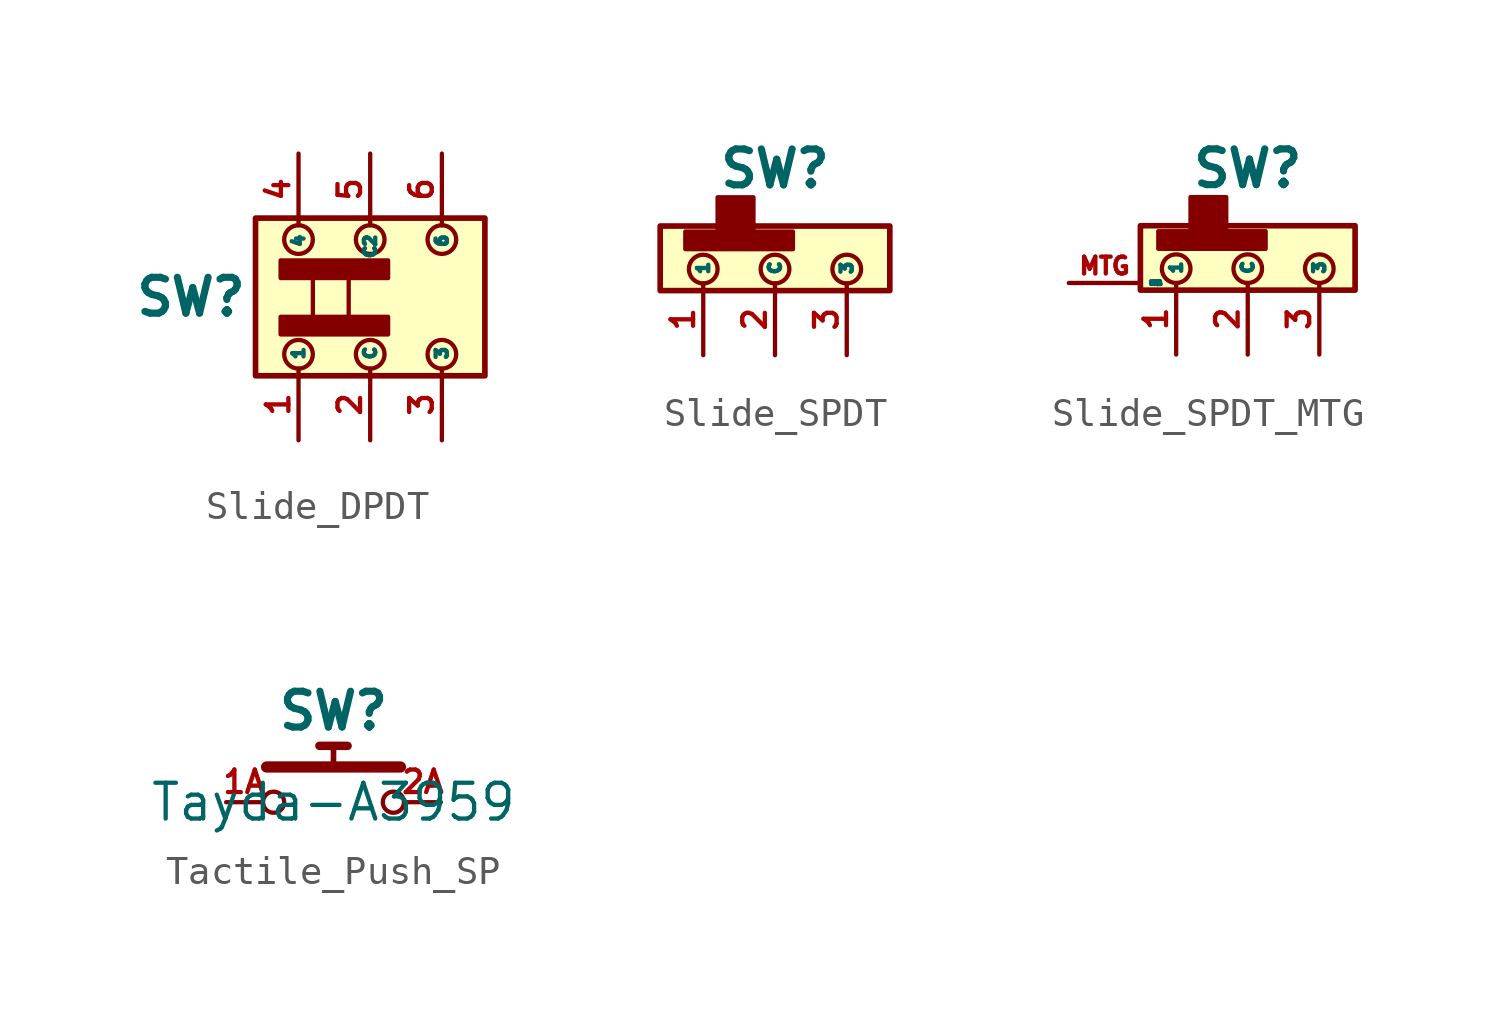
<source format=kicad_sym>
(kicad_symbol_lib
  (version 20241209)
  (generator "kicad_symbol_editor")
  (generator_version "9.0")
  (symbol "Slide_DPDT"
    (pin_names
      (offset 0.256))
    (property "Reference" "SW"
      (at -6.35 0 0)
      (effects (font (size 1.27 1.27) (thickness 0.254) (bold yes))))
    (property "Value" ""
      (at 0 0 0)
      (effects (font (size 1.27 1.27))))
    (symbol "Slide_DPDT_1_1"
      (rectangle (start -4.064 2.794) (end 4.064 -2.794) (stroke (width 0.2) (type solid)) (fill (type background)))
      (rectangle (start -3.175 1.295) (end 0.635 0.67) (stroke (width 0) (type solid)) (fill (type outline)))
      (rectangle (start -3.175 -0.704) (end 0.635 -1.329) (stroke (width 0) (type solid)) (fill (type outline)))
      (circle (center -2.54 2.032) (radius 0.508) (stroke (width 0) (type default)) (fill (type none)))
      (circle (center -2.54 -2.032) (radius 0.508) (stroke (width 0) (type default)) (fill (type none)))
      (rectangle (start -2.032 0.762) (end -0.762 -0.762) (stroke (width 0) (type default)) (fill (type none)))
      (circle (center 0 2.032) (radius 0.508) (stroke (width 0) (type default)) (fill (type none)))
      (circle (center 0 -2.032) (radius 0.508) (stroke (width 0) (type default)) (fill (type none)))
      (circle (center 2.54 2.032) (radius 0.508) (stroke (width 0) (type default)) (fill (type none)))
      (circle (center 2.54 -2.032) (radius 0.508) (stroke (width 0) (type default)) (fill (type none)))
      (pin passive line (at -2.54 5.08 270) (length 2.54) (name "4" (effects (font (size 0.4 0.4)))) (number "4" (effects (font (size 0.8 0.8)))))
      (pin passive line (at -2.54 -5.08 90) (length 2.54) (name "1" (effects (font (size 0.4 0.4)))) (number "1" (effects (font (size 0.8 0.8)))))
      (pin passive line (at 0 5.08 270) (length 2.54) (name "C2" (effects (font (size 0.4 0.4)))) (number "5" (effects (font (size 0.8 0.8)))))
      (pin passive line (at 0 -5.08 90) (length 2.54) (name "C" (effects (font (size 0.4 0.4)))) (number "2" (effects (font (size 0.8 0.8)))))
      (pin passive line (at 2.54 5.08 270) (length 2.54) (name "6" (effects (font (size 0.4 0.4)))) (number "6" (effects (font (size 0.8 0.8)))))
      (pin passive line (at 2.54 -5.08 90) (length 2.54) (name "3" (effects (font (size 0.4 0.4)))) (number "3" (effects (font (size 0.8 0.8)))))))
  (symbol "Slide_SPDT"
    (pin_names
      (offset 0.256))
    (property "Reference" "SW"
      (at 0 4.064 0)
      (effects (font (size 1.27 1.27) (thickness 0.254) (bold yes))))
    (property "Value" ""
      (at 0 0 0)
      (effects (font (size 1.27 1.27))))
    (symbol "Slide_SPDT_1_1"
      (rectangle (start -4.064 2.032) (end 4.064 -0.254) (stroke (width 0.2) (type solid)) (fill (type background)))
      (rectangle (start -3.175 1.837) (end 0.635 1.212) (stroke (width 0) (type solid)) (fill (type outline)))
      (circle (center -2.54 0.508) (radius 0.508) (stroke (width 0) (type default)) (fill (type none)))
      (rectangle (start -2.032 3.048) (end -0.762 1.778) (stroke (width 0) (type default)) (fill (type outline)))
      (circle (center 0 0.508) (radius 0.508) (stroke (width 0) (type default)) (fill (type none)))
      (circle (center 2.54 0.508) (radius 0.508) (stroke (width 0) (type default)) (fill (type none)))
      (pin passive line (at -2.54 -2.54 90) (length 2.54) (name "1" (effects (font (size 0.4 0.4)))) (number "1" (effects (font (size 0.8 0.8)))))
      (pin passive line (at 0 -2.54 90) (length 2.54) (name "C" (effects (font (size 0.4 0.4)))) (number "2" (effects (font (size 0.8 0.8)))))
      (pin passive line (at 2.54 -2.54 90) (length 2.54) (name "3" (effects (font (size 0.4 0.4)))) (number "3" (effects (font (size 0.8 0.8)))))))
  (symbol "Slide_SPDT_MTG"
    (pin_names
      (offset 0.256))
    (property "Reference" "SW"
      (at 0 4.064 0)
      (effects (font (size 1.27 1.27) (thickness 0.254) (bold yes))))
    (property "Value" ""
      (at 0 0 0)
      (effects (font (size 1.27 1.27))))
    (symbol "Slide_SPDT_MTG_1_1"
      (rectangle (start -3.81 2.032) (end 3.81 -0.254) (stroke (width 0.2) (type solid)) (fill (type background)))
      (rectangle (start -3.175 1.837) (end 0.635 1.212) (stroke (width 0) (type solid)) (fill (type outline)))
      (circle (center -2.54 0.508) (radius 0.508) (stroke (width 0) (type default)) (fill (type none)))
      (rectangle (start -2.032 3.048) (end -0.762 1.778) (stroke (width 0) (type default)) (fill (type outline)))
      (circle (center 0 0.508) (radius 0.508) (stroke (width 0) (type default)) (fill (type none)))
      (circle (center 2.54 0.508) (radius 0.508) (stroke (width 0) (type default)) (fill (type none)))
      (pin passive line (at -6.35 0 0) (length 2.54) (name "MTG1" (effects (font (size 0.1 0.1)))) (number "MTG" (effects (font (size 0.6 0.6)))))
      (pin passive line (at -6.35 0 0) (length 2.54) (hide yes) (name "MTG2" (effects (font (size 0.1 0.1)))) (number "MTG2" (effects (font (size 0.6 0.6)))))
      (pin passive line (at -2.54 -2.54 90) (length 2.54) (name "1" (effects (font (size 0.4 0.4)))) (number "1" (effects (font (size 0.8 0.8)))))
      (pin passive line (at 0 -2.54 90) (length 2.54) (name "C" (effects (font (size 0.4 0.4)))) (number "2" (effects (font (size 0.8 0.8)))))
      (pin passive line (at 2.54 -2.54 90) (length 2.54) (name "3" (effects (font (size 0.4 0.4)))) (number "3" (effects (font (size 0.8 0.8)))))))
  (symbol "Tactile_Push_SP"
    (pin_names
      (hide yes))
    (property "Reference" "SW"
      (at 0 2.5 0)
      (effects (font (size 1.27 1.27) (thickness 0.254) (bold yes)) (justify bottom)))
    (property "Value" "Tayda-A3959"
      (at 0 0 0)
      (effects (font (size 1.27 1.27))))
    (symbol "Tactile_Push_SP_0_1"
      (circle (center -2.125 0) (radius 0.375) (stroke (width 0) (type default)) (fill (type none)))
      (circle (center 2.125 0) (radius 0.375) (stroke (width 0) (type default)) (fill (type none))))
    (symbol "Tactile_Push_SP_1_1"
      (polyline (pts (xy -2.375 1.25) (xy 2.375 1.25)) (stroke (width 0.4) (type solid)) (fill (type none)))
      (polyline (pts (xy -0.5 2) (xy 0.5 2)) (stroke (width 0.3) (type solid)) (fill (type none)))
      (polyline (pts (xy 0 1.25) (xy 0 2)) (stroke (width 0.2) (type solid)) (fill (type none)))
      (pin passive line (at -3.81 0 0) (length 1.27) (name "1A" (effects (font (size 1.27 1.27)))) (number "1A" (effects (font (size 0.8 0.8)))))
      (pin passive line (at -3.81 0 0) (length 1.27) (hide yes) (name "1B" (effects (font (size 1.27 1.27)))) (number "1B" (effects (font (size 0.8 0.8)))))
      (pin passive line (at 3.81 0 180) (length 1.27) (name "2A" (effects (font (size 1.27 1.27)))) (number "2A" (effects (font (size 0.8 0.8)))))
      (pin passive line (at 3.81 0 180) (length 1.27) (hide yes) (name "2B" (effects (font (size 1.27 1.27)))) (number "2B" (effects (font (size 0.8 0.8))))))))
</source>
